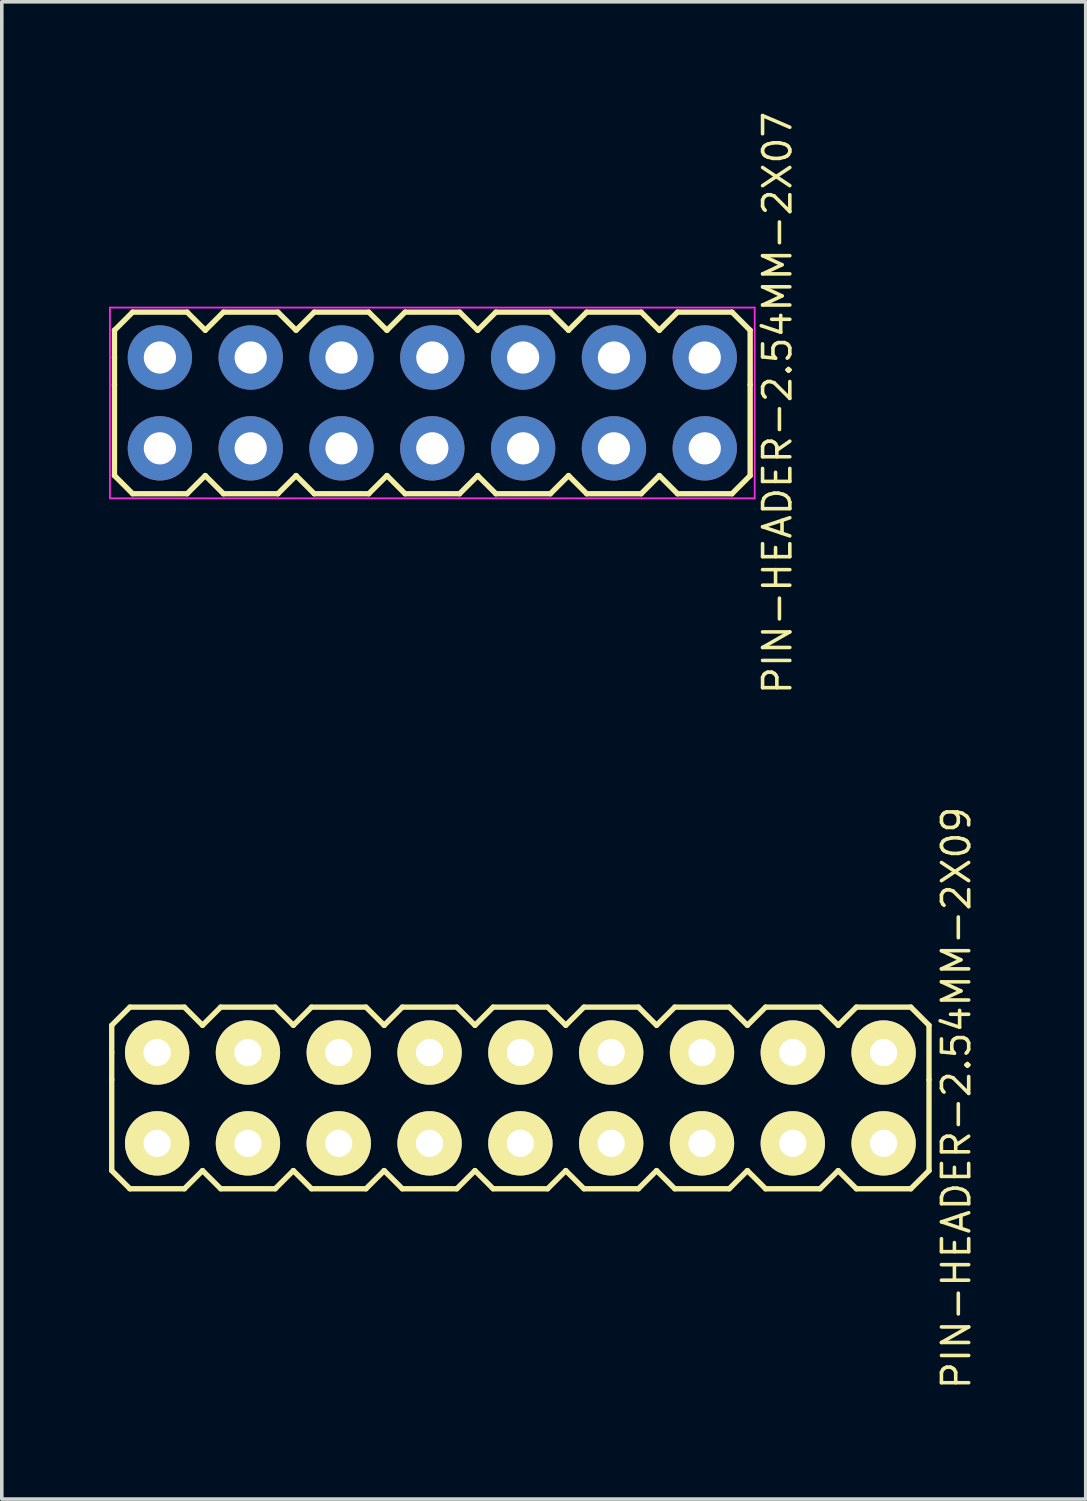
<source format=kicad_pcb>
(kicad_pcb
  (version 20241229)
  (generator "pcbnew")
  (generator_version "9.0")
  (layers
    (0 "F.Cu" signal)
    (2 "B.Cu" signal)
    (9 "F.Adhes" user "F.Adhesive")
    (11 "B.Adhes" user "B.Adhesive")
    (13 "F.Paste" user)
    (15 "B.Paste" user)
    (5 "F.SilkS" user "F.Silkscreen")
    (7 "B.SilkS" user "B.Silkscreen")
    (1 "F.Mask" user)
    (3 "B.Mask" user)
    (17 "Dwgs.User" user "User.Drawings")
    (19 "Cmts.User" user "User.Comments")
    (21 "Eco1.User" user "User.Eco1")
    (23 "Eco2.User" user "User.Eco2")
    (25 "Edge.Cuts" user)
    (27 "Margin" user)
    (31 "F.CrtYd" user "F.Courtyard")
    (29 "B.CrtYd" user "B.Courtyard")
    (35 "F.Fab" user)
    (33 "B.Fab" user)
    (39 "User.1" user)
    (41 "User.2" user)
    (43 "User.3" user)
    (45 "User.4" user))
  (footprint "PIN-HEADER-2.54MM-2X07"
    (layer "F.Cu")
    (at 9.042 8.22)
    (property "Reference" "PIN-HEADER-2.54MM-2X07" (at 9.652 0 90) (layer "F.SilkS") (effects (font (size 0.762 0.762) (thickness 0.1))))
    (attr through_hole)
    (fp_line (start -8.89 -2.032) (end -8.382 -2.54) (stroke (width 0.15) (type solid)) (layer "F.SilkS"))
    (fp_line (start -8.89 -1.27) (end -8.89 -2.032) (stroke (width 0.15) (type solid)) (layer "F.SilkS"))
    (fp_line (start -8.89 -0.508) (end -8.89 -1.27) (stroke (width 0.15) (type solid)) (layer "F.SilkS"))
    (fp_line (start -8.89 -0.508) (end -8.89 2.032) (stroke (width 0.15) (type solid)) (layer "F.SilkS"))
    (fp_line (start -8.89 2.032) (end -8.382 2.54) (stroke (width 0.15) (type solid)) (layer "F.SilkS"))
    (fp_line (start -8.382 -2.54) (end -6.858 -2.54) (stroke (width 0.15) (type solid)) (layer "F.SilkS"))
    (fp_line (start -8.382 2.54) (end -6.858 2.54) (stroke (width 0.15) (type solid)) (layer "F.SilkS"))
    (fp_line (start -6.858 -2.54) (end -6.35 -2.032) (stroke (width 0.15) (type solid)) (layer "F.SilkS"))
    (fp_line (start -6.858 2.54) (end -6.35 2.032) (stroke (width 0.15) (type solid)) (layer "F.SilkS"))
    (fp_line (start -6.35 -2.032) (end -5.842 -2.54) (stroke (width 0.15) (type solid)) (layer "F.SilkS"))
    (fp_line (start -6.35 2.032) (end -5.842 2.54) (stroke (width 0.15) (type solid)) (layer "F.SilkS"))
    (fp_line (start -5.842 -2.54) (end -4.318 -2.54) (stroke (width 0.15) (type solid)) (layer "F.SilkS"))
    (fp_line (start -5.842 2.54) (end -4.318 2.54) (stroke (width 0.15) (type solid)) (layer "F.SilkS"))
    (fp_line (start -4.318 -2.54) (end -3.81 -2.032) (stroke (width 0.15) (type solid)) (layer "F.SilkS"))
    (fp_line (start -4.318 2.54) (end -3.81 2.032) (stroke (width 0.15) (type solid)) (layer "F.SilkS"))
    (fp_line (start -3.81 -2.032) (end -3.302 -2.54) (stroke (width 0.15) (type solid)) (layer "F.SilkS"))
    (fp_line (start -3.81 2.032) (end -3.302 2.54) (stroke (width 0.15) (type solid)) (layer "F.SilkS"))
    (fp_line (start -3.302 -2.54) (end -1.778 -2.54) (stroke (width 0.15) (type solid)) (layer "F.SilkS"))
    (fp_line (start -3.302 2.54) (end -1.778 2.54) (stroke (width 0.15) (type solid)) (layer "F.SilkS"))
    (fp_line (start -1.778 -2.54) (end -1.27 -2.032) (stroke (width 0.15) (type solid)) (layer "F.SilkS"))
    (fp_line (start -1.778 2.54) (end -1.27 2.032) (stroke (width 0.15) (type solid)) (layer "F.SilkS"))
    (fp_line (start -1.27 -2.032) (end -0.762 -2.54) (stroke (width 0.15) (type solid)) (layer "F.SilkS"))
    (fp_line (start -1.27 2.032) (end -0.762 2.54) (stroke (width 0.15) (type solid)) (layer "F.SilkS"))
    (fp_line (start -0.762 -2.54) (end 0.762 -2.54) (stroke (width 0.15) (type solid)) (layer "F.SilkS"))
    (fp_line (start -0.762 2.54) (end 0.762 2.54) (stroke (width 0.15) (type solid)) (layer "F.SilkS"))
    (fp_line (start 0.762 -2.54) (end 1.27 -2.032) (stroke (width 0.15) (type solid)) (layer "F.SilkS"))
    (fp_line (start 0.762 2.54) (end 1.27 2.032) (stroke (width 0.15) (type solid)) (layer "F.SilkS"))
    (fp_line (start 1.27 -2.032) (end 1.778 -2.54) (stroke (width 0.15) (type solid)) (layer "F.SilkS"))
    (fp_line (start 1.27 2.032) (end 1.778 2.54) (stroke (width 0.15) (type solid)) (layer "F.SilkS"))
    (fp_line (start 1.778 -2.54) (end 3.302 -2.54) (stroke (width 0.15) (type solid)) (layer "F.SilkS"))
    (fp_line (start 1.778 2.54) (end 3.302 2.54) (stroke (width 0.15) (type solid)) (layer "F.SilkS"))
    (fp_line (start 3.302 -2.54) (end 3.81 -2.032) (stroke (width 0.15) (type solid)) (layer "F.SilkS"))
    (fp_line (start 3.302 2.54) (end 3.81 2.032) (stroke (width 0.15) (type solid)) (layer "F.SilkS"))
    (fp_line (start 3.81 -2.032) (end 4.318 -2.54) (stroke (width 0.15) (type solid)) (layer "F.SilkS"))
    (fp_line (start 3.81 2.032) (end 4.318 2.54) (stroke (width 0.15) (type solid)) (layer "F.SilkS"))
    (fp_line (start 4.318 -2.54) (end 5.842 -2.54) (stroke (width 0.15) (type solid)) (layer "F.SilkS"))
    (fp_line (start 4.318 2.54) (end 5.842 2.54) (stroke (width 0.15) (type solid)) (layer "F.SilkS"))
    (fp_line (start 5.842 -2.54) (end 6.35 -2.032) (stroke (width 0.15) (type solid)) (layer "F.SilkS"))
    (fp_line (start 5.842 2.54) (end 6.35 2.032) (stroke (width 0.15) (type solid)) (layer "F.SilkS"))
    (fp_line (start 6.35 -2.032) (end 6.858 -2.54) (stroke (width 0.15) (type solid)) (layer "F.SilkS"))
    (fp_line (start 6.35 2.032) (end 6.858 2.54) (stroke (width 0.15) (type solid)) (layer "F.SilkS"))
    (fp_line (start 6.858 -2.54) (end 8.382 -2.54) (stroke (width 0.15) (type solid)) (layer "F.SilkS"))
    (fp_line (start 6.858 2.54) (end 8.382 2.54) (stroke (width 0.15) (type solid)) (layer "F.SilkS"))
    (fp_line (start 8.382 -2.54) (end 8.89 -2.032) (stroke (width 0.15) (type solid)) (layer "F.SilkS"))
    (fp_line (start 8.382 2.54) (end 8.89 2.032) (stroke (width 0.15) (type solid)) (layer "F.SilkS"))
    (fp_line (start 8.89 -2.032) (end 8.89 -0.508) (stroke (width 0.15) (type solid)) (layer "F.SilkS"))
    (fp_line (start 8.89 2.032) (end 8.89 -0.508) (stroke (width 0.15) (type solid)) (layer "F.SilkS"))
    (fp_line (start -9.017 -2.667) (end 9.017 -2.667) (stroke (width 0.05) (type solid)) (layer "F.CrtYd"))
    (fp_line (start -9.017 2.667) (end -9.017 -2.667) (stroke (width 0.05) (type solid)) (layer "F.CrtYd"))
    (fp_line (start 9.017 -2.667) (end 9.017 2.667) (stroke (width 0.05) (type solid)) (layer "F.CrtYd"))
    (fp_line (start 9.017 2.667) (end -9.017 2.667) (stroke (width 0.05) (type solid)) (layer "F.CrtYd"))
    (pad "1" thru_hole circle (at -7.62 1.27) (size 1.8 1.8) (drill 0.9) (layers "*.Cu" "*.Mask"))
    (pad "2" thru_hole circle (at -7.62 -1.27) (size 1.8 1.8) (drill 0.9) (layers "*.Cu" "*.Mask"))
    (pad "3" thru_hole circle (at -5.08 1.27) (size 1.8 1.8) (drill 0.9) (layers "*.Cu" "*.Mask"))
    (pad "4" thru_hole circle (at -5.08 -1.27) (size 1.8 1.8) (drill 0.9) (layers "*.Cu" "*.Mask"))
    (pad "5" thru_hole circle (at -2.54 1.27) (size 1.8 1.8) (drill 0.9) (layers "*.Cu" "*.Mask"))
    (pad "6" thru_hole circle (at -2.54 -1.27) (size 1.8 1.8) (drill 0.9) (layers "*.Cu" "*.Mask"))
    (pad "7" thru_hole circle (at 0 1.27) (size 1.8 1.8) (drill 0.9) (layers "*.Cu" "*.Mask"))
    (pad "8" thru_hole circle (at 0 -1.27) (size 1.8 1.8) (drill 0.9) (layers "*.Cu" "*.Mask"))
    (pad "9" thru_hole circle (at 2.54 1.27) (size 1.8 1.8) (drill 0.9) (layers "*.Cu" "*.Mask"))
    (pad "10" thru_hole circle (at 2.54 -1.27) (size 1.8 1.8) (drill 0.9) (layers "*.Cu" "*.Mask"))
    (pad "11" thru_hole circle (at 5.08 1.27) (size 1.8 1.8) (drill 0.9) (layers "*.Cu" "*.Mask"))
    (pad "12" thru_hole circle (at 5.08 -1.27) (size 1.8 1.8) (drill 0.9) (layers "*.Cu" "*.Mask"))
    (pad "13" thru_hole circle (at 7.62 1.27) (size 1.8 1.8) (drill 0.9) (layers "*.Cu" "*.Mask"))
    (pad "14" thru_hole circle (at 7.62 -1.27) (size 1.8 1.8) (drill 0.9) (layers "*.Cu" "*.Mask")))
  (footprint "PIN-HEADER-2.54MM-2X09"
    (layer "F.Cu")
    (at 11.505 27.66)
    (property "Reference" "PIN-HEADER-2.54MM-2X09" (at 12.192 0 90) (layer "F.SilkS") (effects (font (size 0.762 0.762) (thickness 0.1))))
    (attr through_hole)
    (fp_line (start -11.43 -2.032) (end -10.922 -2.54) (stroke (width 0.15) (type solid)) (layer "F.SilkS"))
    (fp_line (start -11.43 -1.27) (end -11.43 -2.032) (stroke (width 0.15) (type solid)) (layer "F.SilkS"))
    (fp_line (start -11.43 -0.508) (end -11.43 -1.27) (stroke (width 0.15) (type solid)) (layer "F.SilkS"))
    (fp_line (start -11.43 -0.508) (end -11.43 2.032) (stroke (width 0.15) (type solid)) (layer "F.SilkS"))
    (fp_line (start -11.43 2.032) (end -10.922 2.54) (stroke (width 0.15) (type solid)) (layer "F.SilkS"))
    (fp_line (start -10.922 -2.54) (end -9.398 -2.54) (stroke (width 0.15) (type solid)) (layer "F.SilkS"))
    (fp_line (start -10.922 2.54) (end -9.398 2.54) (stroke (width 0.15) (type solid)) (layer "F.SilkS"))
    (fp_line (start -9.398 -2.54) (end -8.89 -2.032) (stroke (width 0.15) (type solid)) (layer "F.SilkS"))
    (fp_line (start -9.398 2.54) (end -8.89 2.032) (stroke (width 0.15) (type solid)) (layer "F.SilkS"))
    (fp_line (start -8.89 -2.032) (end -8.382 -2.54) (stroke (width 0.15) (type solid)) (layer "F.SilkS"))
    (fp_line (start -8.89 2.032) (end -8.382 2.54) (stroke (width 0.15) (type solid)) (layer "F.SilkS"))
    (fp_line (start -8.382 -2.54) (end -6.858 -2.54) (stroke (width 0.15) (type solid)) (layer "F.SilkS"))
    (fp_line (start -8.382 2.54) (end -6.858 2.54) (stroke (width 0.15) (type solid)) (layer "F.SilkS"))
    (fp_line (start -6.858 -2.54) (end -6.35 -2.032) (stroke (width 0.15) (type solid)) (layer "F.SilkS"))
    (fp_line (start -6.858 2.54) (end -6.35 2.032) (stroke (width 0.15) (type solid)) (layer "F.SilkS"))
    (fp_line (start -6.35 -2.032) (end -5.842 -2.54) (stroke (width 0.15) (type solid)) (layer "F.SilkS"))
    (fp_line (start -6.35 2.032) (end -5.842 2.54) (stroke (width 0.15) (type solid)) (layer "F.SilkS"))
    (fp_line (start -5.842 -2.54) (end -4.318 -2.54) (stroke (width 0.15) (type solid)) (layer "F.SilkS"))
    (fp_line (start -5.842 2.54) (end -4.318 2.54) (stroke (width 0.15) (type solid)) (layer "F.SilkS"))
    (fp_line (start -4.318 -2.54) (end -3.81 -2.032) (stroke (width 0.15) (type solid)) (layer "F.SilkS"))
    (fp_line (start -4.318 2.54) (end -3.81 2.032) (stroke (width 0.15) (type solid)) (layer "F.SilkS"))
    (fp_line (start -3.81 -2.032) (end -3.302 -2.54) (stroke (width 0.15) (type solid)) (layer "F.SilkS"))
    (fp_line (start -3.81 2.032) (end -3.302 2.54) (stroke (width 0.15) (type solid)) (layer "F.SilkS"))
    (fp_line (start -3.302 -2.54) (end -1.778 -2.54) (stroke (width 0.15) (type solid)) (layer "F.SilkS"))
    (fp_line (start -3.302 2.54) (end -1.778 2.54) (stroke (width 0.15) (type solid)) (layer "F.SilkS"))
    (fp_line (start -1.778 -2.54) (end -1.27 -2.032) (stroke (width 0.15) (type solid)) (layer "F.SilkS"))
    (fp_line (start -1.778 2.54) (end -1.27 2.032) (stroke (width 0.15) (type solid)) (layer "F.SilkS"))
    (fp_line (start -1.27 -2.032) (end -0.762 -2.54) (stroke (width 0.15) (type solid)) (layer "F.SilkS"))
    (fp_line (start -1.27 2.032) (end -0.762 2.54) (stroke (width 0.15) (type solid)) (layer "F.SilkS"))
    (fp_line (start -0.762 -2.54) (end 0.762 -2.54) (stroke (width 0.15) (type solid)) (layer "F.SilkS"))
    (fp_line (start -0.762 2.54) (end 0.762 2.54) (stroke (width 0.15) (type solid)) (layer "F.SilkS"))
    (fp_line (start 0.762 -2.54) (end 1.27 -2.032) (stroke (width 0.15) (type solid)) (layer "F.SilkS"))
    (fp_line (start 0.762 2.54) (end 1.27 2.032) (stroke (width 0.15) (type solid)) (layer "F.SilkS"))
    (fp_line (start 1.27 -2.032) (end 1.778 -2.54) (stroke (width 0.15) (type solid)) (layer "F.SilkS"))
    (fp_line (start 1.27 2.032) (end 1.778 2.54) (stroke (width 0.15) (type solid)) (layer "F.SilkS"))
    (fp_line (start 1.778 -2.54) (end 3.302 -2.54) (stroke (width 0.15) (type solid)) (layer "F.SilkS"))
    (fp_line (start 1.778 2.54) (end 3.302 2.54) (stroke (width 0.15) (type solid)) (layer "F.SilkS"))
    (fp_line (start 3.302 -2.54) (end 3.81 -2.032) (stroke (width 0.15) (type solid)) (layer "F.SilkS"))
    (fp_line (start 3.302 2.54) (end 3.81 2.032) (stroke (width 0.15) (type solid)) (layer "F.SilkS"))
    (fp_line (start 3.81 -2.032) (end 4.318 -2.54) (stroke (width 0.15) (type solid)) (layer "F.SilkS"))
    (fp_line (start 3.81 2.032) (end 4.318 2.54) (stroke (width 0.15) (type solid)) (layer "F.SilkS"))
    (fp_line (start 4.318 -2.54) (end 5.842 -2.54) (stroke (width 0.15) (type solid)) (layer "F.SilkS"))
    (fp_line (start 4.318 2.54) (end 5.842 2.54) (stroke (width 0.15) (type solid)) (layer "F.SilkS"))
    (fp_line (start 5.842 -2.54) (end 6.35 -2.032) (stroke (width 0.15) (type solid)) (layer "F.SilkS"))
    (fp_line (start 5.842 2.54) (end 6.35 2.032) (stroke (width 0.15) (type solid)) (layer "F.SilkS"))
    (fp_line (start 6.35 -2.032) (end 6.858 -2.54) (stroke (width 0.15) (type solid)) (layer "F.SilkS"))
    (fp_line (start 6.35 2.032) (end 6.858 2.54) (stroke (width 0.15) (type solid)) (layer "F.SilkS"))
    (fp_line (start 6.858 -2.54) (end 8.382 -2.54) (stroke (width 0.15) (type solid)) (layer "F.SilkS"))
    (fp_line (start 6.858 2.54) (end 8.382 2.54) (stroke (width 0.15) (type solid)) (layer "F.SilkS"))
    (fp_line (start 8.382 -2.54) (end 8.89 -2.032) (stroke (width 0.15) (type solid)) (layer "F.SilkS"))
    (fp_line (start 8.382 2.54) (end 8.89 2.032) (stroke (width 0.15) (type solid)) (layer "F.SilkS"))
    (fp_line (start 8.89 -2.032) (end 9.398 -2.54) (stroke (width 0.15) (type solid)) (layer "F.SilkS"))
    (fp_line (start 8.89 2.032) (end 9.398 2.54) (stroke (width 0.15) (type solid)) (layer "F.SilkS"))
    (fp_line (start 9.398 -2.54) (end 10.922 -2.54) (stroke (width 0.15) (type solid)) (layer "F.SilkS"))
    (fp_line (start 9.398 2.54) (end 10.922 2.54) (stroke (width 0.15) (type solid)) (layer "F.SilkS"))
    (fp_line (start 10.922 -2.54) (end 11.43 -2.032) (stroke (width 0.15) (type solid)) (layer "F.SilkS"))
    (fp_line (start 10.922 2.54) (end 11.43 2.032) (stroke (width 0.15) (type solid)) (layer "F.SilkS"))
    (fp_line (start 11.43 -2.032) (end 11.43 -0.508) (stroke (width 0.15) (type solid)) (layer "F.SilkS"))
    (fp_line (start 11.43 2.032) (end 11.43 -0.508) (stroke (width 0.15) (type solid)) (layer "F.SilkS"))
    (pad "1" thru_hole circle (at -10.16 1.27) (size 1.8 1.8) (drill 0.762) (layers "*.Cu" "*.Mask" "F.SilkS"))
    (pad "2" thru_hole circle (at -10.16 -1.27) (size 1.8 1.8) (drill 0.762) (layers "*.Cu" "*.Mask" "F.SilkS"))
    (pad "3" thru_hole circle (at -7.62 1.27) (size 1.8 1.8) (drill 0.762) (layers "*.Cu" "*.Mask" "F.SilkS"))
    (pad "4" thru_hole circle (at -7.62 -1.27) (size 1.8 1.8) (drill 0.762) (layers "*.Cu" "*.Mask" "F.SilkS"))
    (pad "5" thru_hole circle (at -5.08 1.27) (size 1.8 1.8) (drill 0.762) (layers "*.Cu" "*.Mask" "F.SilkS"))
    (pad "6" thru_hole circle (at -5.08 -1.27) (size 1.8 1.8) (drill 0.762) (layers "*.Cu" "*.Mask" "F.SilkS"))
    (pad "7" thru_hole circle (at -2.54 1.27) (size 1.8 1.8) (drill 0.762) (layers "*.Cu" "*.Mask" "F.SilkS"))
    (pad "8" thru_hole circle (at -2.54 -1.27) (size 1.8 1.8) (drill 0.762) (layers "*.Cu" "*.Mask" "F.SilkS"))
    (pad "9" thru_hole circle (at 0 1.27) (size 1.8 1.8) (drill 0.762) (layers "*.Cu" "*.Mask" "F.SilkS"))
    (pad "10" thru_hole circle (at 0 -1.27) (size 1.8 1.8) (drill 0.762) (layers "*.Cu" "*.Mask" "F.SilkS"))
    (pad "11" thru_hole circle (at 2.54 1.27) (size 1.8 1.8) (drill 0.762) (layers "*.Cu" "*.Mask" "F.SilkS"))
    (pad "12" thru_hole circle (at 2.54 -1.27) (size 1.8 1.8) (drill 0.762) (layers "*.Cu" "*.Mask" "F.SilkS"))
    (pad "13" thru_hole circle (at 5.08 1.27) (size 1.8 1.8) (drill 0.762) (layers "*.Cu" "*.Mask" "F.SilkS"))
    (pad "14" thru_hole circle (at 5.08 -1.27) (size 1.8 1.8) (drill 0.762) (layers "*.Cu" "*.Mask" "F.SilkS"))
    (pad "15" thru_hole circle (at 7.62 1.27) (size 1.8 1.8) (drill 0.762) (layers "*.Cu" "*.Mask" "F.SilkS"))
    (pad "16" thru_hole circle (at 7.62 -1.27) (size 1.8 1.8) (drill 0.762) (layers "*.Cu" "*.Mask" "F.SilkS"))
    (pad "17" thru_hole circle (at 10.16 1.27) (size 1.8 1.8) (drill 0.762) (layers "*.Cu" "*.Mask" "F.SilkS"))
    (pad "18" thru_hole circle (at 10.16 -1.27) (size 1.8 1.8) (drill 0.762) (layers "*.Cu" "*.Mask" "F.SilkS")))
  (gr_rect
    (start -3 -3)
    (end 27.318 38.88)
    (stroke (width 0.1) (type default))
    (fill no)
    (layer "Edge.Cuts")))
</source>
